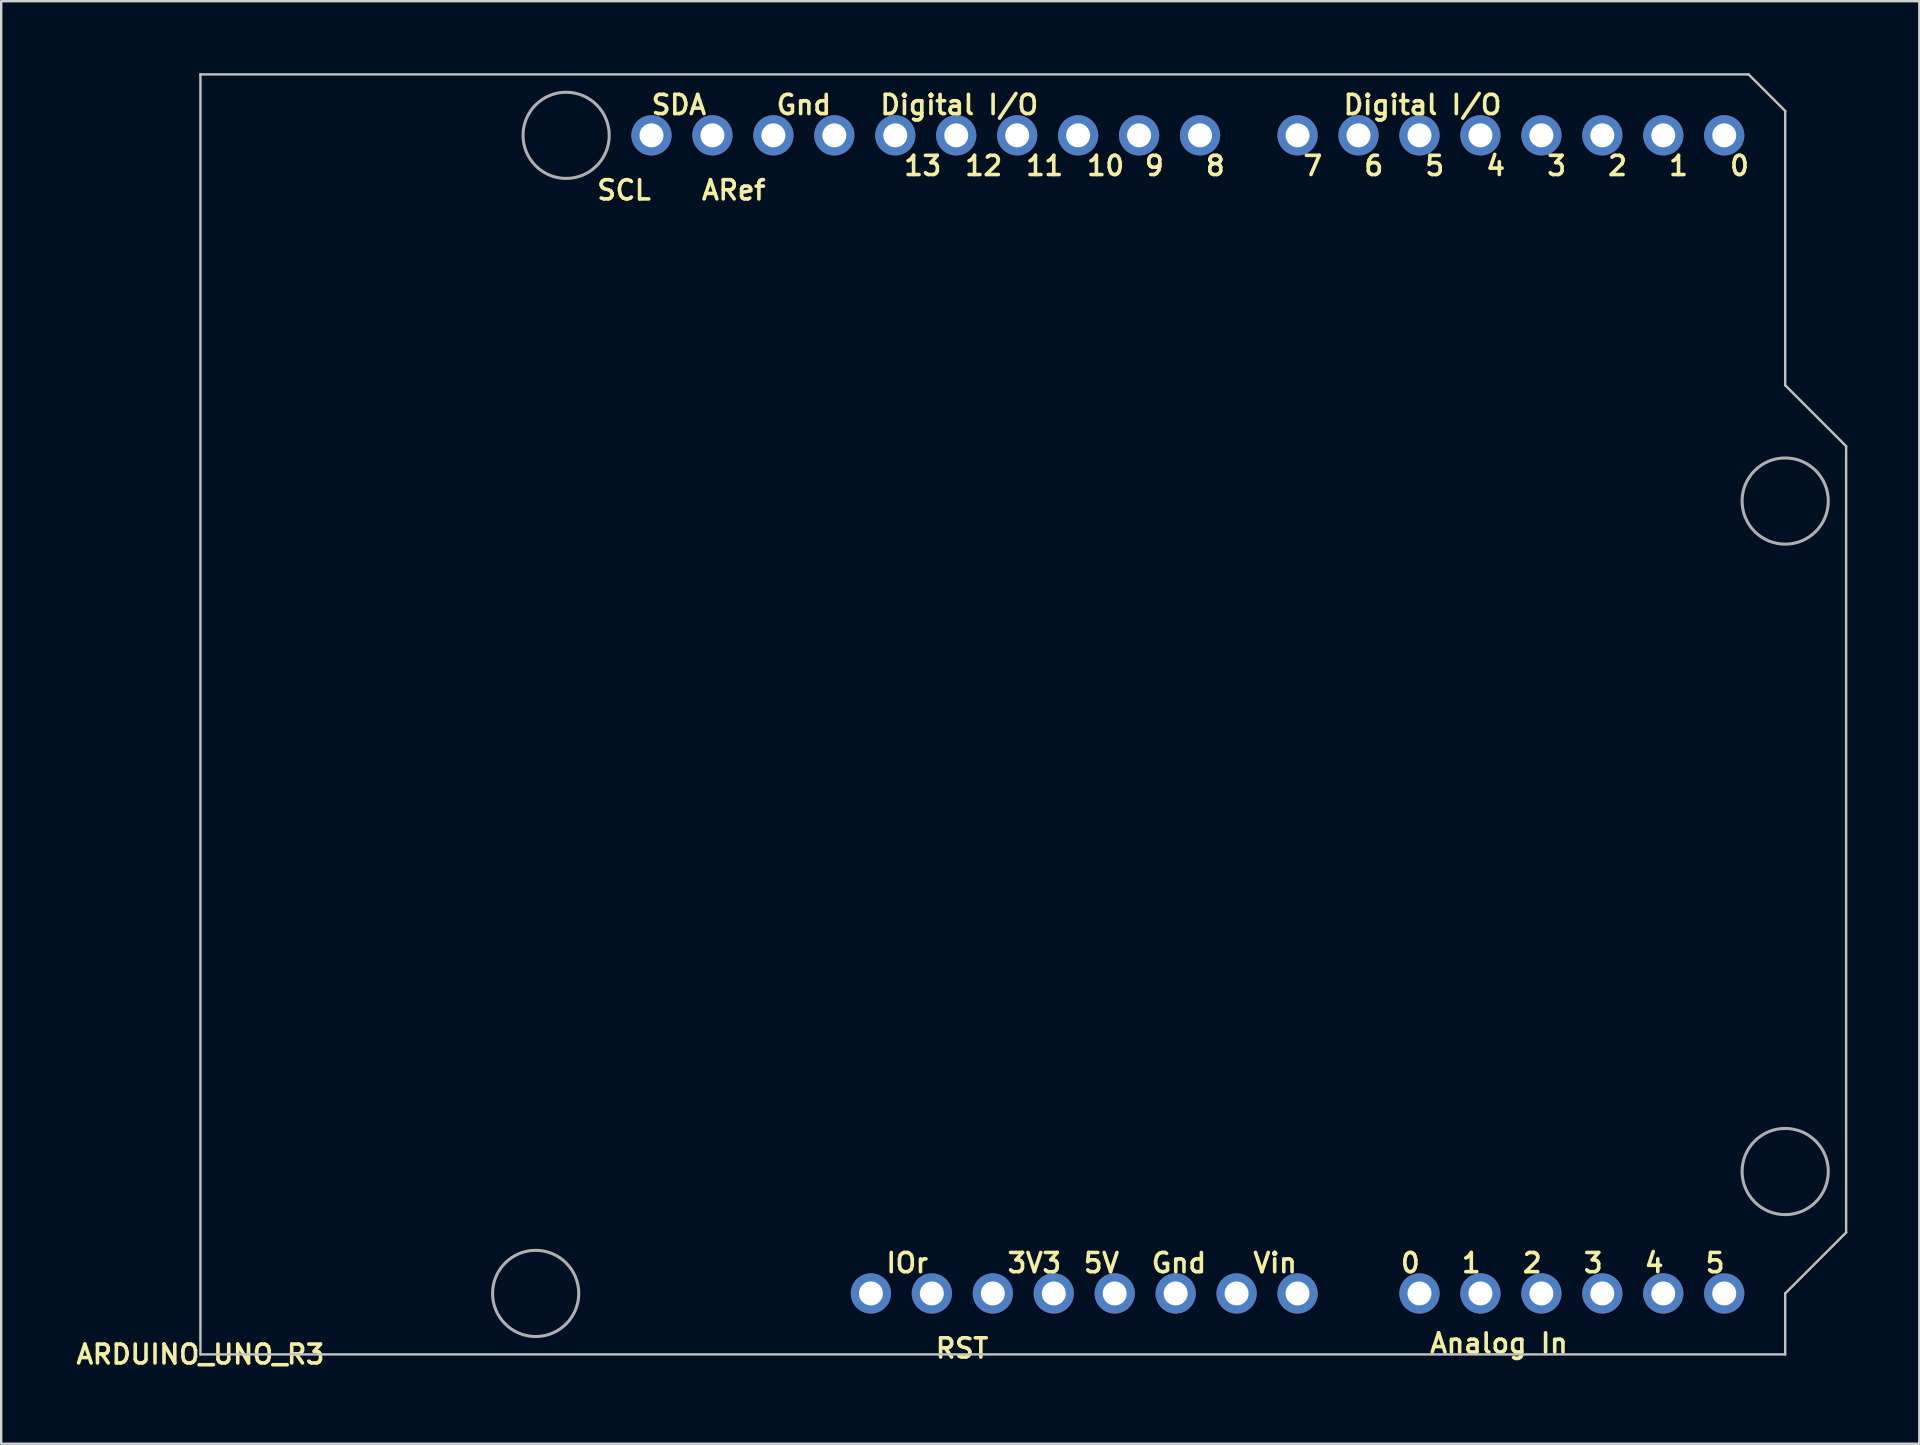
<source format=kicad_pcb>
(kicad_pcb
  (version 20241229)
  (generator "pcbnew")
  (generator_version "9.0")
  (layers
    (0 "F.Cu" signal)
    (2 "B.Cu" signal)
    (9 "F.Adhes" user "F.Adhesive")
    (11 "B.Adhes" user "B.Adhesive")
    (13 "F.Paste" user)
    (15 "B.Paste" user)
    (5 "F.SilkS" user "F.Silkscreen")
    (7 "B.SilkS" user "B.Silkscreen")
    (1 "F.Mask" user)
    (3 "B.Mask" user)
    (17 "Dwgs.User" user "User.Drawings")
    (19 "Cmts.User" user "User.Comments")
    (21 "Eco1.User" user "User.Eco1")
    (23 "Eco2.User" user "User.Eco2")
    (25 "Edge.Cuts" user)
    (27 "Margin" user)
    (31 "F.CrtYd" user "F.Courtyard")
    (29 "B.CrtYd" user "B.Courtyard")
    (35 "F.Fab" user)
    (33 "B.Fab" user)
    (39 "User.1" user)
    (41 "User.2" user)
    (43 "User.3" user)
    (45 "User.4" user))
  (footprint "ARDUINO_UNO_R3"
    (layer "F.Cu")
    (at 5.302 53.39)
    (property "Reference" "ARDUINO_UNO_R3" (at 0 0 0) (layer "F.SilkS") (effects (font (size 0.787 0.787) (thickness 0.15))))
    (attr through_hole)
    (fp_line (start 0 -53.34) (end 0 0) (stroke (width 0.1) (type solid)) (layer "Dwgs.User"))
    (fp_line (start 0 0) (end 66.04 0) (stroke (width 0.1) (type solid)) (layer "Dwgs.User"))
    (fp_line (start 64.516 -53.34) (end 0 -53.34) (stroke (width 0.1) (type solid)) (layer "Dwgs.User"))
    (fp_line (start 66.04 -51.816) (end 64.516 -53.34) (stroke (width 0.1) (type solid)) (layer "Dwgs.User"))
    (fp_line (start 66.04 -40.386) (end 66.04 -51.816) (stroke (width 0.1) (type solid)) (layer "Dwgs.User"))
    (fp_line (start 66.04 -2.54) (end 68.58 -5.08) (stroke (width 0.1) (type solid)) (layer "Dwgs.User"))
    (fp_line (start 66.04 0) (end 66.04 -2.54) (stroke (width 0.1) (type solid)) (layer "Dwgs.User"))
    (fp_line (start 68.58 -37.846) (end 66.04 -40.386) (stroke (width 0.1) (type solid)) (layer "Dwgs.User"))
    (fp_line (start 68.58 -5.08) (end 68.58 -37.846) (stroke (width 0.1) (type solid)) (layer "Dwgs.User"))
    (fp_circle (center 13.97 -2.54) (end 15.766 -2.54) (stroke (width 0.127) (type solid)) (fill no) (layer "F.Fab"))
    (fp_circle (center 15.24 -50.8) (end 17.036 -50.8) (stroke (width 0.127) (type solid)) (fill no) (layer "F.Fab"))
    (fp_circle (center 66.04 -35.56) (end 67.836 -35.56) (stroke (width 0.127) (type solid)) (fill no) (layer "F.Fab"))
    (fp_circle (center 66.04 -7.62) (end 67.836 -7.62) (stroke (width 0.127) (type solid)) (fill no) (layer "F.Fab"))
    (fp_text user "2" (at 59.055 -49.53 0) (layer "F.SilkS") (effects (font (size 0.8 0.8) (thickness 0.15))))
    (fp_text user "6" (at 48.895 -49.53 0) (layer "F.SilkS") (effects (font (size 0.8 0.8) (thickness 0.15))))
    (fp_text user "10" (at 37.719 -49.53 0) (layer "F.SilkS") (effects (font (size 0.8 0.8) (thickness 0.15))))
    (fp_text user "7" (at 46.355 -49.53 0) (layer "F.SilkS") (effects (font (size 0.8 0.8) (thickness 0.15))))
    (fp_text user "Vin" (at 44.785 -3.81 0) (layer "F.SilkS") (effects (font (size 0.8 0.8) (thickness 0.15))))
    (fp_text user "Gnd" (at 25.146 -52.07 0) (layer "F.SilkS") (effects (font (size 0.8 0.8) (thickness 0.15))))
    (fp_text user "SCL" (at 17.653 -48.514 0) (layer "F.SilkS") (effects (font (size 0.8 0.8) (thickness 0.15))))
    (fp_text user "0" (at 50.419 -3.81 0) (layer "F.SilkS") (effects (font (size 0.8 0.8) (thickness 0.15))))
    (fp_text user "SDA" (at 19.939 -52.07 0) (layer "F.SilkS") (effects (font (size 0.8 0.8) (thickness 0.15))))
    (fp_text user "5V" (at 37.546 -3.81 0) (layer "F.SilkS") (effects (font (size 0.8 0.8) (thickness 0.15))))
    (fp_text user "1" (at 61.595 -49.53 0) (layer "F.SilkS") (effects (font (size 0.8 0.8) (thickness 0.15))))
    (fp_text user "11" (at 35.179 -49.53 0) (layer "F.SilkS") (effects (font (size 0.8 0.8) (thickness 0.15))))
    (fp_text user "1" (at 52.959 -3.81 0) (layer "F.SilkS") (effects (font (size 0.8 0.8) (thickness 0.15))))
    (fp_text user "2" (at 55.499 -3.81 0) (layer "F.SilkS") (effects (font (size 0.8 0.8) (thickness 0.15))))
    (fp_text user "Digital I/O" (at 31.623 -52.07 0) (layer "F.SilkS") (effects (font (size 0.8 0.8) (thickness 0.15))))
    (fp_text user "5" (at 51.435 -49.53 0) (layer "F.SilkS") (effects (font (size 0.8 0.8) (thickness 0.15))))
    (fp_text user "IOr" (at 29.454 -3.81 0) (layer "F.SilkS") (effects (font (size 0.8 0.8) (thickness 0.15))))
    (fp_text user "0" (at 64.135 -49.53 0) (layer "F.SilkS") (effects (font (size 0.8 0.8) (thickness 0.15))))
    (fp_text user "8" (at 42.291 -49.53 0) (layer "F.SilkS") (effects (font (size 0.8 0.8) (thickness 0.15))))
    (fp_text user "RST" (at 31.74 -0.254 0) (layer "F.SilkS") (effects (font (size 0.8 0.8) (thickness 0.15))))
    (fp_text user "4" (at 60.579 -3.81 0) (layer "F.SilkS") (effects (font (size 0.8 0.8) (thickness 0.15))))
    (fp_text user "3V3" (at 34.752 -3.81 0) (layer "F.SilkS") (effects (font (size 0.8 0.8) (thickness 0.15))))
    (fp_text user "Analog In" (at 54.112 -0.462 0) (layer "F.SilkS") (effects (font (size 0.8 0.8) (thickness 0.15))))
    (fp_text user "3" (at 58.039 -3.81 0) (layer "F.SilkS") (effects (font (size 0.8 0.8) (thickness 0.15))))
    (fp_text user "Digital I/O" (at 50.927 -52.07 0) (layer "F.SilkS") (effects (font (size 0.8 0.8) (thickness 0.15))))
    (fp_text user "13" (at 30.099 -49.53 0) (layer "F.SilkS") (effects (font (size 0.8 0.8) (thickness 0.15))))
    (fp_text user "9" (at 39.751 -49.53 0) (layer "F.SilkS") (effects (font (size 0.8 0.8) (thickness 0.15))))
    (fp_text user "3" (at 56.515 -49.53 0) (layer "F.SilkS") (effects (font (size 0.8 0.8) (thickness 0.15))))
    (fp_text user "4" (at 53.975 -49.53 0) (layer "F.SilkS") (effects (font (size 0.8 0.8) (thickness 0.15))))
    (fp_text user "12" (at 32.639 -49.53 0) (layer "F.SilkS") (effects (font (size 0.8 0.8) (thickness 0.15))))
    (fp_text user "5" (at 63.119 -3.81 0) (layer "F.SilkS") (effects (font (size 0.8 0.8) (thickness 0.15))))
    (fp_text user "Gnd" (at 40.777 -3.81 0) (layer "F.SilkS") (effects (font (size 0.8 0.8) (thickness 0.15))))
    (fp_text user "ARef" (at 22.225 -48.514 0) (layer "F.SilkS") (effects (font (size 0.8 0.8) (thickness 0.15))))
    (pad "3V3" thru_hole circle (at 35.56 -2.54) (size 1.676 1.676) (drill 1) (layers "*.Cu" "*.Mask"))
    (pad "5V" thru_hole circle (at 38.1 -2.54) (size 1.676 1.676) (drill 1) (layers "*.Cu" "*.Mask"))
    (pad "A0" thru_hole circle (at 50.8 -2.54) (size 1.676 1.676) (drill 1) (layers "*.Cu" "*.Mask"))
    (pad "A1" thru_hole circle (at 53.34 -2.54) (size 1.676 1.676) (drill 1) (layers "*.Cu" "*.Mask"))
    (pad "A2" thru_hole circle (at 55.88 -2.54) (size 1.676 1.676) (drill 1) (layers "*.Cu" "*.Mask"))
    (pad "A3" thru_hole circle (at 58.42 -2.54) (size 1.676 1.676) (drill 1) (layers "*.Cu" "*.Mask"))
    (pad "A4" thru_hole circle (at 60.96 -2.54) (size 1.676 1.676) (drill 1) (layers "*.Cu" "*.Mask"))
    (pad "A5" thru_hole circle (at 63.5 -2.54) (size 1.676 1.676) (drill 1) (layers "*.Cu" "*.Mask"))
    (pad "AREF" thru_hole circle (at 23.876 -50.8) (size 1.676 1.676) (drill 1) (layers "*.Cu" "*.Mask"))
    (pad "D0" thru_hole circle (at 63.5 -50.8) (size 1.676 1.676) (drill 1) (layers "*.Cu" "*.Mask"))
    (pad "D1" thru_hole circle (at 60.96 -50.8) (size 1.676 1.676) (drill 1) (layers "*.Cu" "*.Mask"))
    (pad "D2" thru_hole circle (at 58.42 -50.8) (size 1.676 1.676) (drill 1) (layers "*.Cu" "*.Mask"))
    (pad "D3" thru_hole circle (at 55.88 -50.8) (size 1.676 1.676) (drill 1) (layers "*.Cu" "*.Mask"))
    (pad "D4" thru_hole circle (at 53.34 -50.8) (size 1.676 1.676) (drill 1) (layers "*.Cu" "*.Mask"))
    (pad "D5" thru_hole circle (at 50.8 -50.8) (size 1.676 1.676) (drill 1) (layers "*.Cu" "*.Mask"))
    (pad "D6" thru_hole circle (at 48.26 -50.8) (size 1.676 1.676) (drill 1) (layers "*.Cu" "*.Mask"))
    (pad "D7" thru_hole circle (at 45.72 -50.8) (size 1.676 1.676) (drill 1) (layers "*.Cu" "*.Mask"))
    (pad "D8" thru_hole circle (at 41.656 -50.8) (size 1.676 1.676) (drill 1) (layers "*.Cu" "*.Mask"))
    (pad "D9" thru_hole circle (at 39.116 -50.8) (size 1.676 1.676) (drill 1) (layers "*.Cu" "*.Mask"))
    (pad "D10" thru_hole circle (at 36.576 -50.8) (size 1.676 1.676) (drill 1) (layers "*.Cu" "*.Mask"))
    (pad "D11" thru_hole circle (at 34.036 -50.8) (size 1.676 1.676) (drill 1) (layers "*.Cu" "*.Mask"))
    (pad "D12" thru_hole circle (at 31.496 -50.8) (size 1.676 1.676) (drill 1) (layers "*.Cu" "*.Mask"))
    (pad "D13" thru_hole circle (at 28.956 -50.8) (size 1.676 1.676) (drill 1) (layers "*.Cu" "*.Mask"))
    (pad "GND" thru_hole circle (at 26.416 -50.8) (size 1.676 1.676) (drill 1) (layers "*.Cu" "*.Mask"))
    (pad "GND1" thru_hole circle (at 43.18 -2.54) (size 1.676 1.676) (drill 1) (layers "*.Cu" "*.Mask"))
    (pad "GND2" thru_hole circle (at 40.64 -2.54) (size 1.676 1.676) (drill 1) (layers "*.Cu" "*.Mask"))
    (pad "IOREF" thru_hole circle (at 30.48 -2.54) (size 1.676 1.676) (drill 1) (layers "*.Cu" "*.Mask"))
    (pad "RESERVED" thru_hole circle (at 27.94 -2.54) (size 1.676 1.676) (drill 1) (layers "*.Cu" "*.Mask"))
    (pad "RESET" thru_hole circle (at 33.02 -2.54) (size 1.676 1.676) (drill 1) (layers "*.Cu" "*.Mask"))
    (pad "SCL" thru_hole circle (at 18.796 -50.8) (size 1.676 1.676) (drill 1) (layers "*.Cu" "*.Mask"))
    (pad "SDA" thru_hole circle (at 21.336 -50.8) (size 1.676 1.676) (drill 1) (layers "*.Cu" "*.Mask"))
    (pad "VIN" thru_hole circle (at 45.72 -2.54) (size 1.676 1.676) (drill 1) (layers "*.Cu" "*.Mask")))
  (gr_rect
    (start -3 -3)
    (end 76.932 57.114)
    (stroke (width 0.1) (type default))
    (fill no)
    (layer "Edge.Cuts")))
</source>
